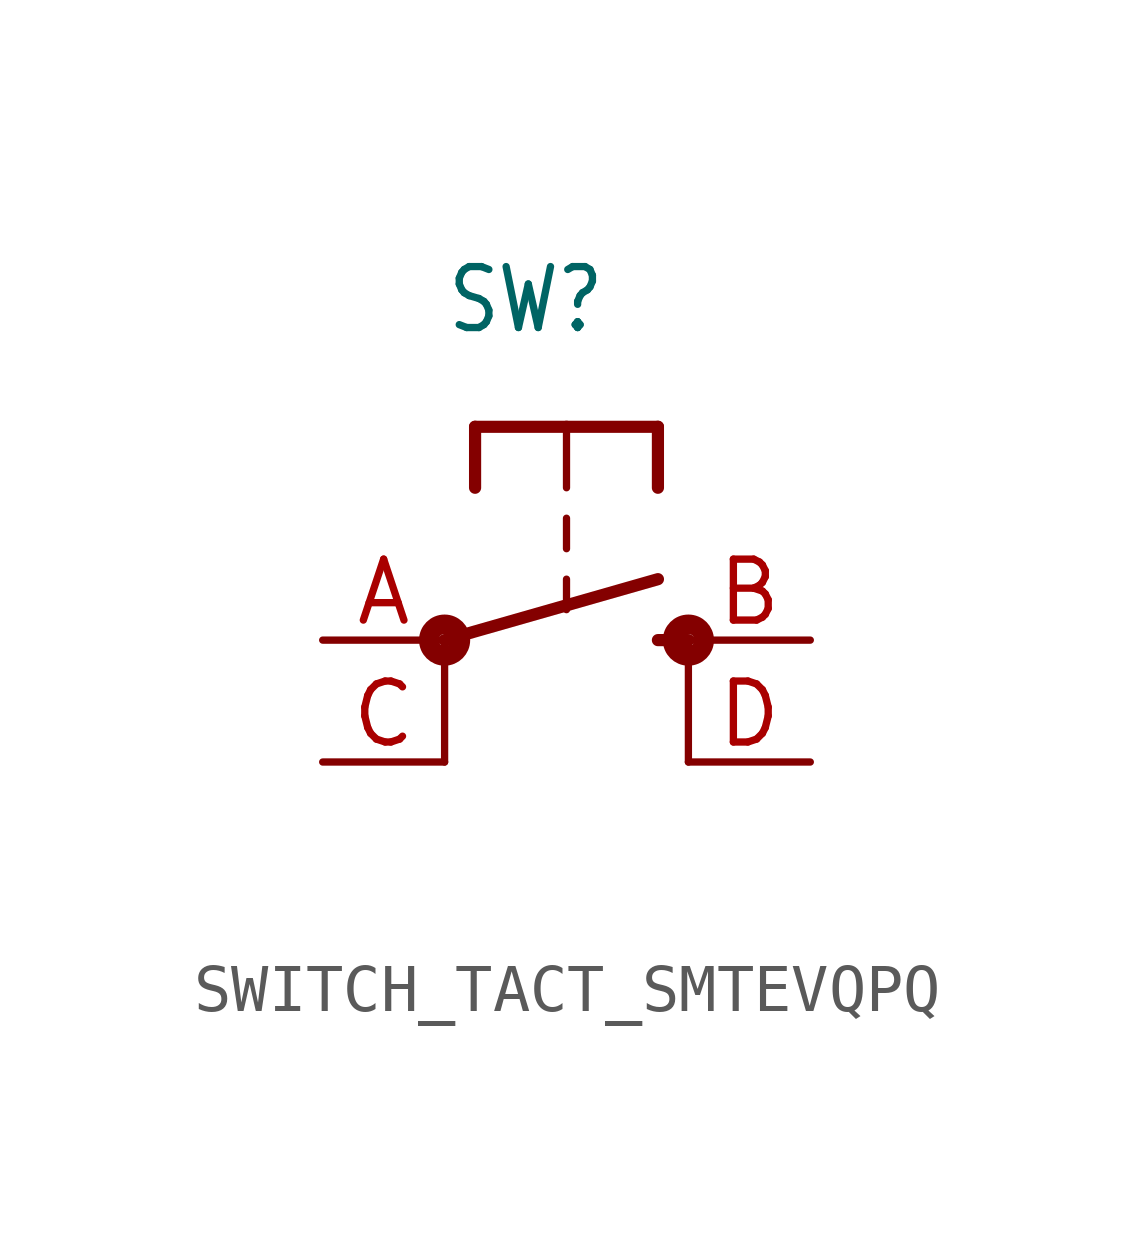
<source format=kicad_sym>
(kicad_symbol_lib
  (version 20231120)
  (generator "kicad_symbol_editor")
  (generator_version "8.0")
  (symbol "SWITCH_TACT_SMTEVQPQ"
    (property "Reference" "SW"
      (at -2.54 6.35 0)
      (effects (font (size 1.27 1.079)) (justify left bottom)))
    (property "Value" ""
      (at -2.54 -5.08 0)
      (effects (font (size 1.27 1.079)) (justify left bottom)))
    (property "ki_locked" ""
      (at 0 0 0)
      (effects (font (size 1.27 1.27))))
    (symbol "SWITCH_TACT_SMTEVQPQ_1_0"
      (circle (center -2.54 0) (radius 0.127) (stroke (width 0.406) (type solid)) (fill (type none)))
      (polyline (pts (xy -2.54 -2.54) (xy -2.54 0)) (stroke (width 0.152) (type solid)) (fill (type none)))
      (polyline (pts (xy -2.54 0) (xy 1.905 1.27)) (stroke (width 0.254) (type solid)) (fill (type none)))
      (polyline (pts (xy -1.905 4.445) (xy -1.905 3.175)) (stroke (width 0.254) (type solid)) (fill (type none)))
      (polyline (pts (xy 0 1.27) (xy 0 0.635)) (stroke (width 0.152) (type solid)) (fill (type none)))
      (polyline (pts (xy 0 2.54) (xy 0 1.905)) (stroke (width 0.152) (type solid)) (fill (type none)))
      (polyline (pts (xy 0 4.445) (xy -1.905 4.445)) (stroke (width 0.254) (type solid)) (fill (type none)))
      (polyline (pts (xy 0 4.445) (xy 0 3.175)) (stroke (width 0.152) (type solid)) (fill (type none)))
      (polyline (pts (xy 1.905 0) (xy 2.54 0)) (stroke (width 0.254) (type solid)) (fill (type none)))
      (polyline (pts (xy 1.905 4.445) (xy 0 4.445)) (stroke (width 0.254) (type solid)) (fill (type none)))
      (polyline (pts (xy 1.905 4.445) (xy 1.905 3.175)) (stroke (width 0.254) (type solid)) (fill (type none)))
      (polyline (pts (xy 2.54 -2.54) (xy 2.54 0)) (stroke (width 0.152) (type solid)) (fill (type none)))
      (circle (center 2.54 0) (radius 0.127) (stroke (width 0.406) (type solid)) (fill (type none)))
      (pin passive line (at -5.08 0 0) (length 2.54) (name "P" (effects (font (size 0 0)))) (number "A" (effects (font (size 1.27 1.27)))))
      (pin passive line (at 5.08 0 180) (length 2.54) (name "S" (effects (font (size 0 0)))) (number "B" (effects (font (size 1.27 1.27)))))
      (pin passive line (at -5.08 -2.54 0) (length 2.54) (name "P1" (effects (font (size 0 0)))) (number "C" (effects (font (size 1.27 1.27)))))
      (pin passive line (at 5.08 -2.54 180) (length 2.54) (name "S1" (effects (font (size 0 0)))) (number "D" (effects (font (size 1.27 1.27))))))))
</source>
